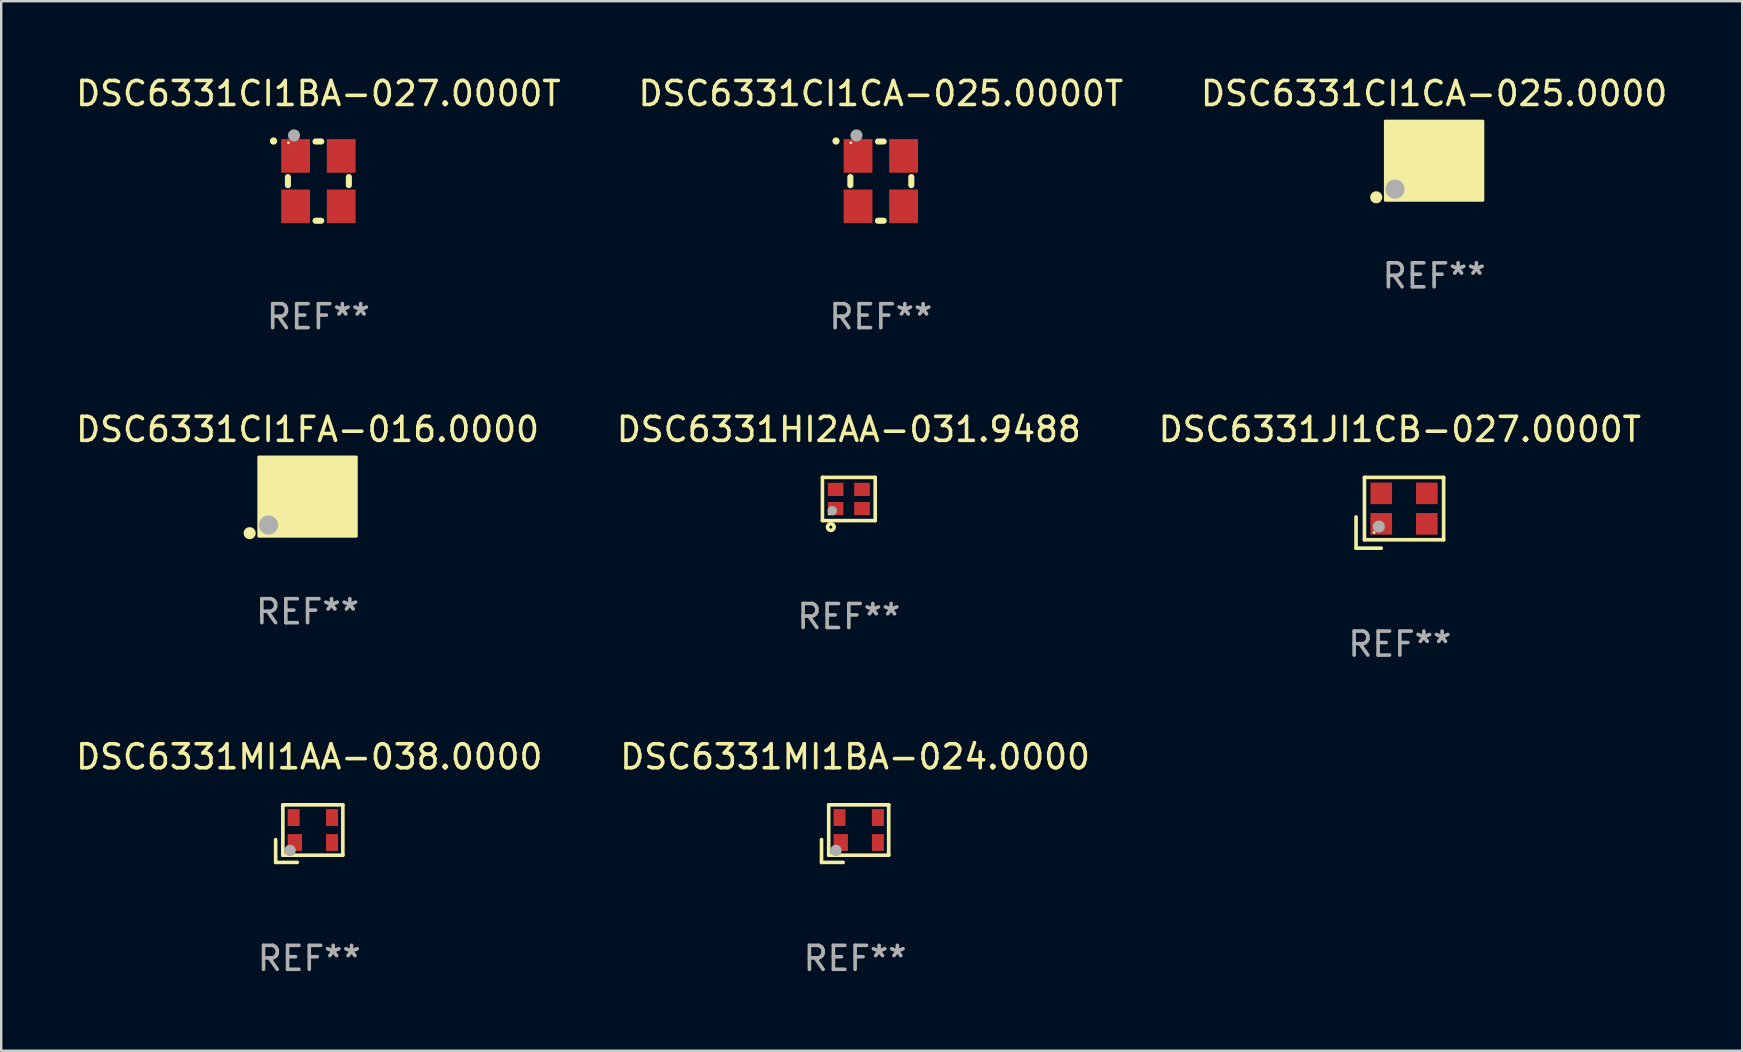
<source format=kicad_pcb>
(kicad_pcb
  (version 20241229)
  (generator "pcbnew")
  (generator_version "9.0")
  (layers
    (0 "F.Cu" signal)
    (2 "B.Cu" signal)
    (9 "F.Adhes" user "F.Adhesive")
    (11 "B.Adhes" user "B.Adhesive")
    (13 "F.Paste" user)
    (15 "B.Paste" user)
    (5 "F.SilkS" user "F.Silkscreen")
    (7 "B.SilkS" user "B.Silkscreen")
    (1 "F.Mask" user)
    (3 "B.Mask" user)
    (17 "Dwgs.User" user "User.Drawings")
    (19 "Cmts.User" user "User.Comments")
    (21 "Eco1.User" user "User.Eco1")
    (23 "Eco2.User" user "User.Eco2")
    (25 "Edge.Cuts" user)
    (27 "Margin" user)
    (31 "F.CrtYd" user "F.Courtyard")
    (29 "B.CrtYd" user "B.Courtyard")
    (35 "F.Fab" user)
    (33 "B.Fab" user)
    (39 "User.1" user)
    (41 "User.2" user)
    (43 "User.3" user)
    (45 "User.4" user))
  (footprint "DSC6331CI1CA-025.0000"
    (layer "F.Cu")
    (at 56.72 3.648)
    (property "Reference" "DSC6331CI1CA-025.0000" (at 0 -2.8 0) (layer "F.SilkS") (effects (font (size 1 1) (thickness 0.15))))
    (attr through_hole)
    (fp_circle (center -2.413 1.524) (end -2.286 1.524) (stroke (width 0.254) (type solid)) (fill no) (layer "F.SilkS"))
    (fp_circle (center -1.6 1.25) (end -1.57 1.25) (stroke (width 0.06) (type solid)) (fill no) (layer "F.SilkS"))
    (fp_poly (pts (xy -2.032 -1.651) (xy 2.032 -1.651) (xy 2.032 1.651) (xy -2.032 1.651)) (stroke (width 0.12) (type solid)) (fill yes) (layer "F.SilkS"))
    (fp_circle (center -1.627 1.185) (end -1.427 1.185) (stroke (width 0.4) (type solid)) (fill no) (layer "F.Fab"))
    (fp_text user "REF**" (at 0 4.8 0) (layer "F.Fab") (effects (font (size 1 1) (thickness 0.15))))
    (pad "1" smd rect (at -1.05 0.8) (size 1.4 1.2) (layers "F.Cu" "F.Mask" "F.Paste"))
    (pad "2" smd rect (at 1.05 0.8) (size 1.4 1.2) (layers "F.Cu" "F.Mask" "F.Paste"))
    (pad "3" smd rect (at 1.05 -0.8) (size 1.4 1.2) (layers "F.Cu" "F.Mask" "F.Paste"))
    (pad "4" smd rect (at -1.05 -0.8) (size 1.4 1.2) (layers "F.Cu" "F.Mask" "F.Paste")))
  (footprint "DSC6331CI1FA-016.0000"
    (layer "F.Cu")
    (at 9.768 17.647)
    (property "Reference" "DSC6331CI1FA-016.0000" (at 0 -2.8 0) (layer "F.SilkS") (effects (font (size 1 1) (thickness 0.15))))
    (attr through_hole)
    (fp_circle (center -2.413 1.524) (end -2.286 1.524) (stroke (width 0.254) (type solid)) (fill no) (layer "F.SilkS"))
    (fp_circle (center -1.6 1.25) (end -1.57 1.25) (stroke (width 0.06) (type solid)) (fill no) (layer "F.SilkS"))
    (fp_poly (pts (xy -2.032 -1.651) (xy 2.032 -1.651) (xy 2.032 1.651) (xy -2.032 1.651)) (stroke (width 0.12) (type solid)) (fill yes) (layer "F.SilkS"))
    (fp_circle (center -1.627 1.185) (end -1.427 1.185) (stroke (width 0.4) (type solid)) (fill no) (layer "F.Fab"))
    (fp_text user "REF**" (at 0 4.8 0) (layer "F.Fab") (effects (font (size 1 1) (thickness 0.15))))
    (pad "1" smd rect (at -1.05 0.8) (size 1.4 1.2) (layers "F.Cu" "F.Mask" "F.Paste"))
    (pad "2" smd rect (at 1.05 0.8) (size 1.4 1.2) (layers "F.Cu" "F.Mask" "F.Paste"))
    (pad "3" smd rect (at 1.05 -0.8) (size 1.4 1.2) (layers "F.Cu" "F.Mask" "F.Paste"))
    (pad "4" smd rect (at -1.05 -0.8) (size 1.4 1.2) (layers "F.Cu" "F.Mask" "F.Paste")))
  (footprint "DSC6331MI1BA-024.0000"
    (layer "F.Cu")
    (at 32.589 31.693)
    (property "Reference" "DSC6331MI1BA-024.0000" (at 0 -3.2 0) (layer "F.SilkS") (effects (font (size 1 1) (thickness 0.15))))
    (attr through_hole)
    (fp_line (start -1.4 0.25) (end -1.4 1.2) (stroke (width 0.152) (type solid)) (layer "F.SilkS"))
    (fp_line (start -1.4 1.2) (end -0.5 1.2) (stroke (width 0.152) (type solid)) (layer "F.SilkS"))
    (fp_line (start -1.1 -1.2) (end -1.1 0.9) (stroke (width 0.152) (type solid)) (layer "F.SilkS"))
    (fp_line (start -1.1 -1.2) (end 1.4 -1.2) (stroke (width 0.152) (type solid)) (layer "F.SilkS"))
    (fp_line (start -1.1 0.9) (end 1.4 0.9) (stroke (width 0.152) (type solid)) (layer "F.SilkS"))
    (fp_line (start 1.4 0.9) (end 1.4 -1.2) (stroke (width 0.152) (type solid)) (layer "F.SilkS"))
    (fp_circle (center -0.85 0.65) (end -0.82 0.65) (stroke (width 0.06) (type solid)) (fill no) (layer "F.SilkS"))
    (fp_circle (center -0.8 0.7) (end -0.68 0.7) (stroke (width 0.24) (type solid)) (fill no) (layer "F.Fab"))
    (fp_text user "REF**" (at 0 5.2 0) (layer "F.Fab") (effects (font (size 1 1) (thickness 0.15))))
    (pad "1" smd rect (at -0.6 0.37) (size 0.6 0.7) (layers "F.Cu" "F.Mask" "F.Paste"))
    (pad "2" smd rect (at 0.95 0.37) (size 0.5 0.7) (layers "F.Cu" "F.Mask" "F.Paste"))
    (pad "3" smd rect (at 0.95 -0.67) (size 0.5 0.7) (layers "F.Cu" "F.Mask" "F.Paste"))
    (pad "4" smd rect (at -0.65 -0.67) (size 0.5 0.7) (layers "F.Cu" "F.Mask" "F.Paste")))
  (footprint "DSC6331CI1BA-027.0000T"
    (layer "F.Cu")
    (at 10.22 4.499)
    (property "Reference" "DSC6331CI1BA-027.0000T" (at 0 -3.651 0) (layer "F.SilkS") (effects (font (size 1 1) (thickness 0.15))))
    (attr through_hole)
    (fp_line (start -1.27 -0.169) (end -1.27 0.169) (stroke (width 0.254) (type solid)) (layer "F.SilkS"))
    (fp_line (start 0.119 -1.651) (end -0.119 -1.651) (stroke (width 0.254) (type solid)) (layer "F.SilkS"))
    (fp_line (start 0.119 1.651) (end -0.119 1.651) (stroke (width 0.254) (type solid)) (layer "F.SilkS"))
    (fp_line (start 1.27 -0.169) (end 1.27 0.169) (stroke (width 0.254) (type solid)) (layer "F.SilkS"))
    (fp_arc (start -1.868631 -1.669799) (mid -1.868636 -1.671069) (end -1.868631 -1.672339) (stroke (width 0.3) (type solid)) (layer "F.SilkS"))
    (fp_circle (center -1.25 -1.6) (end -1.22 -1.6) (stroke (width 0.06) (type solid)) (fill no) (layer "F.SilkS"))
    (fp_circle (center -1.016 -1.905) (end -0.889 -1.905) (stroke (width 0.254) (type solid)) (fill no) (layer "F.Fab"))
    (fp_text user "REF**" (at 0 5.651 0) (layer "F.Fab") (effects (font (size 1 1) (thickness 0.15))))
    (pad "1" smd rect (at -0.95 -1.05 90) (size 1.4 1.2) (layers "F.Cu" "F.Mask" "F.Paste"))
    (pad "2" smd rect (at -0.95 1.05 90) (size 1.4 1.2) (layers "F.Cu" "F.Mask" "F.Paste"))
    (pad "3" smd rect (at 0.95 1.05 90) (size 1.4 1.2) (layers "F.Cu" "F.Mask" "F.Paste"))
    (pad "4" smd rect (at 0.95 -1.05 90) (size 1.4 1.2) (layers "F.Cu" "F.Mask" "F.Paste")))
  (footprint "DSC6331CI1CA-025.0000T"
    (layer "F.Cu")
    (at 33.661 4.499)
    (property "Reference" "DSC6331CI1CA-025.0000T" (at 0 -3.651 0) (layer "F.SilkS") (effects (font (size 1 1) (thickness 0.15))))
    (attr through_hole)
    (fp_line (start -1.27 -0.169) (end -1.27 0.169) (stroke (width 0.254) (type solid)) (layer "F.SilkS"))
    (fp_line (start 0.119 -1.651) (end -0.119 -1.651) (stroke (width 0.254) (type solid)) (layer "F.SilkS"))
    (fp_line (start 0.119 1.651) (end -0.119 1.651) (stroke (width 0.254) (type solid)) (layer "F.SilkS"))
    (fp_line (start 1.27 -0.169) (end 1.27 0.169) (stroke (width 0.254) (type solid)) (layer "F.SilkS"))
    (fp_arc (start -1.868631 -1.669799) (mid -1.868636 -1.671069) (end -1.868631 -1.672339) (stroke (width 0.3) (type solid)) (layer "F.SilkS"))
    (fp_circle (center -1.25 -1.6) (end -1.22 -1.6) (stroke (width 0.06) (type solid)) (fill no) (layer "F.SilkS"))
    (fp_circle (center -1.016 -1.905) (end -0.889 -1.905) (stroke (width 0.254) (type solid)) (fill no) (layer "F.Fab"))
    (fp_text user "REF**" (at 0 5.651 0) (layer "F.Fab") (effects (font (size 1 1) (thickness 0.15))))
    (pad "1" smd rect (at -0.95 -1.05 90) (size 1.4 1.2) (layers "F.Cu" "F.Mask" "F.Paste"))
    (pad "2" smd rect (at -0.95 1.05 90) (size 1.4 1.2) (layers "F.Cu" "F.Mask" "F.Paste"))
    (pad "3" smd rect (at 0.95 1.05 90) (size 1.4 1.2) (layers "F.Cu" "F.Mask" "F.Paste"))
    (pad "4" smd rect (at 0.95 -1.05 90) (size 1.4 1.2) (layers "F.Cu" "F.Mask" "F.Paste")))
  (footprint "DSC6331HI2AA-031.9488"
    (layer "F.Cu")
    (at 32.327 17.747)
    (property "Reference" "DSC6331HI2AA-031.9488" (at 0 -2.9 0) (layer "F.SilkS") (effects (font (size 1 1) (thickness 0.15))))
    (attr through_hole)
    (fp_line (start -1.1 -0.9) (end -1.1 0.9) (stroke (width 0.15) (type solid)) (layer "F.SilkS"))
    (fp_line (start -1.1 -0.9) (end 1.1 -0.9) (stroke (width 0.15) (type solid)) (layer "F.SilkS"))
    (fp_line (start -1.1 0.9) (end 1.1 0.9) (stroke (width 0.15) (type solid)) (layer "F.SilkS"))
    (fp_line (start 1.1 -0.9) (end 1.1 0.9) (stroke (width 0.15) (type solid)) (layer "F.SilkS"))
    (fp_circle (center -0.825 0.625) (end -0.795 0.625) (stroke (width 0.06) (type solid)) (fill no) (layer "F.SilkS"))
    (fp_circle (center -0.75 1.17) (end -0.686 1.17) (stroke (width 0.15) (type solid)) (fill no) (layer "F.SilkS"))
    (fp_circle (center -0.69 0.49) (end -0.59 0.49) (stroke (width 0.2) (type solid)) (fill no) (layer "F.Fab"))
    (fp_text user "REF**" (at 0 4.9 0) (layer "F.Fab") (effects (font (size 1 1) (thickness 0.15))))
    (pad "1" smd rect (at -0.55 0.4) (size 0.65 0.55) (layers "F.Cu" "F.Mask" "F.Paste"))
    (pad "2" smd rect (at 0.55 0.4) (size 0.65 0.55) (layers "F.Cu" "F.Mask" "F.Paste"))
    (pad "3" smd rect (at 0.55 -0.4) (size 0.65 0.55) (layers "F.Cu" "F.Mask" "F.Paste"))
    (pad "4" smd rect (at -0.55 -0.4) (size 0.65 0.55) (layers "F.Cu" "F.Mask" "F.Paste")))
  (footprint "DSC6331MI1AA-038.0000"
    (layer "F.Cu")
    (at 9.839 31.693)
    (property "Reference" "DSC6331MI1AA-038.0000" (at 0 -3.2 0) (layer "F.SilkS") (effects (font (size 1 1) (thickness 0.15))))
    (attr through_hole)
    (fp_line (start -1.4 0.25) (end -1.4 1.2) (stroke (width 0.152) (type solid)) (layer "F.SilkS"))
    (fp_line (start -1.4 1.2) (end -0.5 1.2) (stroke (width 0.152) (type solid)) (layer "F.SilkS"))
    (fp_line (start -1.1 -1.2) (end -1.1 0.9) (stroke (width 0.152) (type solid)) (layer "F.SilkS"))
    (fp_line (start -1.1 -1.2) (end 1.4 -1.2) (stroke (width 0.152) (type solid)) (layer "F.SilkS"))
    (fp_line (start -1.1 0.9) (end 1.4 0.9) (stroke (width 0.152) (type solid)) (layer "F.SilkS"))
    (fp_line (start 1.4 0.9) (end 1.4 -1.2) (stroke (width 0.152) (type solid)) (layer "F.SilkS"))
    (fp_circle (center -0.85 0.65) (end -0.82 0.65) (stroke (width 0.06) (type solid)) (fill no) (layer "F.SilkS"))
    (fp_circle (center -0.8 0.7) (end -0.68 0.7) (stroke (width 0.24) (type solid)) (fill no) (layer "F.Fab"))
    (fp_text user "REF**" (at 0 5.2 0) (layer "F.Fab") (effects (font (size 1 1) (thickness 0.15))))
    (pad "1" smd rect (at -0.6 0.37) (size 0.6 0.7) (layers "F.Cu" "F.Mask" "F.Paste"))
    (pad "2" smd rect (at 0.95 0.37) (size 0.5 0.7) (layers "F.Cu" "F.Mask" "F.Paste"))
    (pad "3" smd rect (at 0.95 -0.67) (size 0.5 0.7) (layers "F.Cu" "F.Mask" "F.Paste"))
    (pad "4" smd rect (at -0.65 -0.67) (size 0.5 0.7) (layers "F.Cu" "F.Mask" "F.Paste")))
  (footprint "DSC6331JI1CB-027.0000T"
    (layer "F.Cu")
    (at 55.292 18.322)
    (property "Reference" "DSC6331JI1CB-027.0000T" (at 0 -3.475 0) (layer "F.SilkS") (effects (font (size 1 1) (thickness 0.15))))
    (attr through_hole)
    (fp_line (start -1.825 0.175) (end -1.825 1.475) (stroke (width 0.152) (type solid)) (layer "F.SilkS"))
    (fp_line (start -1.825 1.475) (end -0.775 1.475) (stroke (width 0.152) (type solid)) (layer "F.SilkS"))
    (fp_line (start -1.475 -1.475) (end -1.475 1.125) (stroke (width 0.152) (type solid)) (layer "F.SilkS"))
    (fp_line (start -1.475 1.125) (end 1.825 1.125) (stroke (width 0.152) (type solid)) (layer "F.SilkS"))
    (fp_line (start 1.825 -1.475) (end -1.475 -1.475) (stroke (width 0.152) (type solid)) (layer "F.SilkS"))
    (fp_line (start 1.825 1.125) (end 1.825 -1.475) (stroke (width 0.152) (type solid)) (layer "F.SilkS"))
    (fp_circle (center -1.075 0.825) (end -1.045 0.825) (stroke (width 0.06) (type solid)) (fill no) (layer "F.SilkS"))
    (fp_circle (center -0.875 0.575) (end -0.748 0.575) (stroke (width 0.254) (type solid)) (fill no) (layer "F.Fab"))
    (fp_text user "REF**" (at 0 5.475 0) (layer "F.Fab") (effects (font (size 1 1) (thickness 0.15))))
    (pad "1" smd rect (at -0.775 0.46) (size 0.9 0.9) (layers "F.Cu" "F.Mask" "F.Paste"))
    (pad "2" smd rect (at 1.125 0.46) (size 0.9 0.9) (layers "F.Cu" "F.Mask" "F.Paste"))
    (pad "3" smd rect (at 1.125 -0.81) (size 0.9 0.9) (layers "F.Cu" "F.Mask" "F.Paste"))
    (pad "4" smd rect (at -0.775 -0.81) (size 0.9 0.9) (layers "F.Cu" "F.Mask" "F.Paste")))
  (gr_rect
    (start -3 -3)
    (end 69.56 40.742)
    (stroke (width 0.1) (type default))
    (fill no)
    (layer "Edge.Cuts")))
</source>
